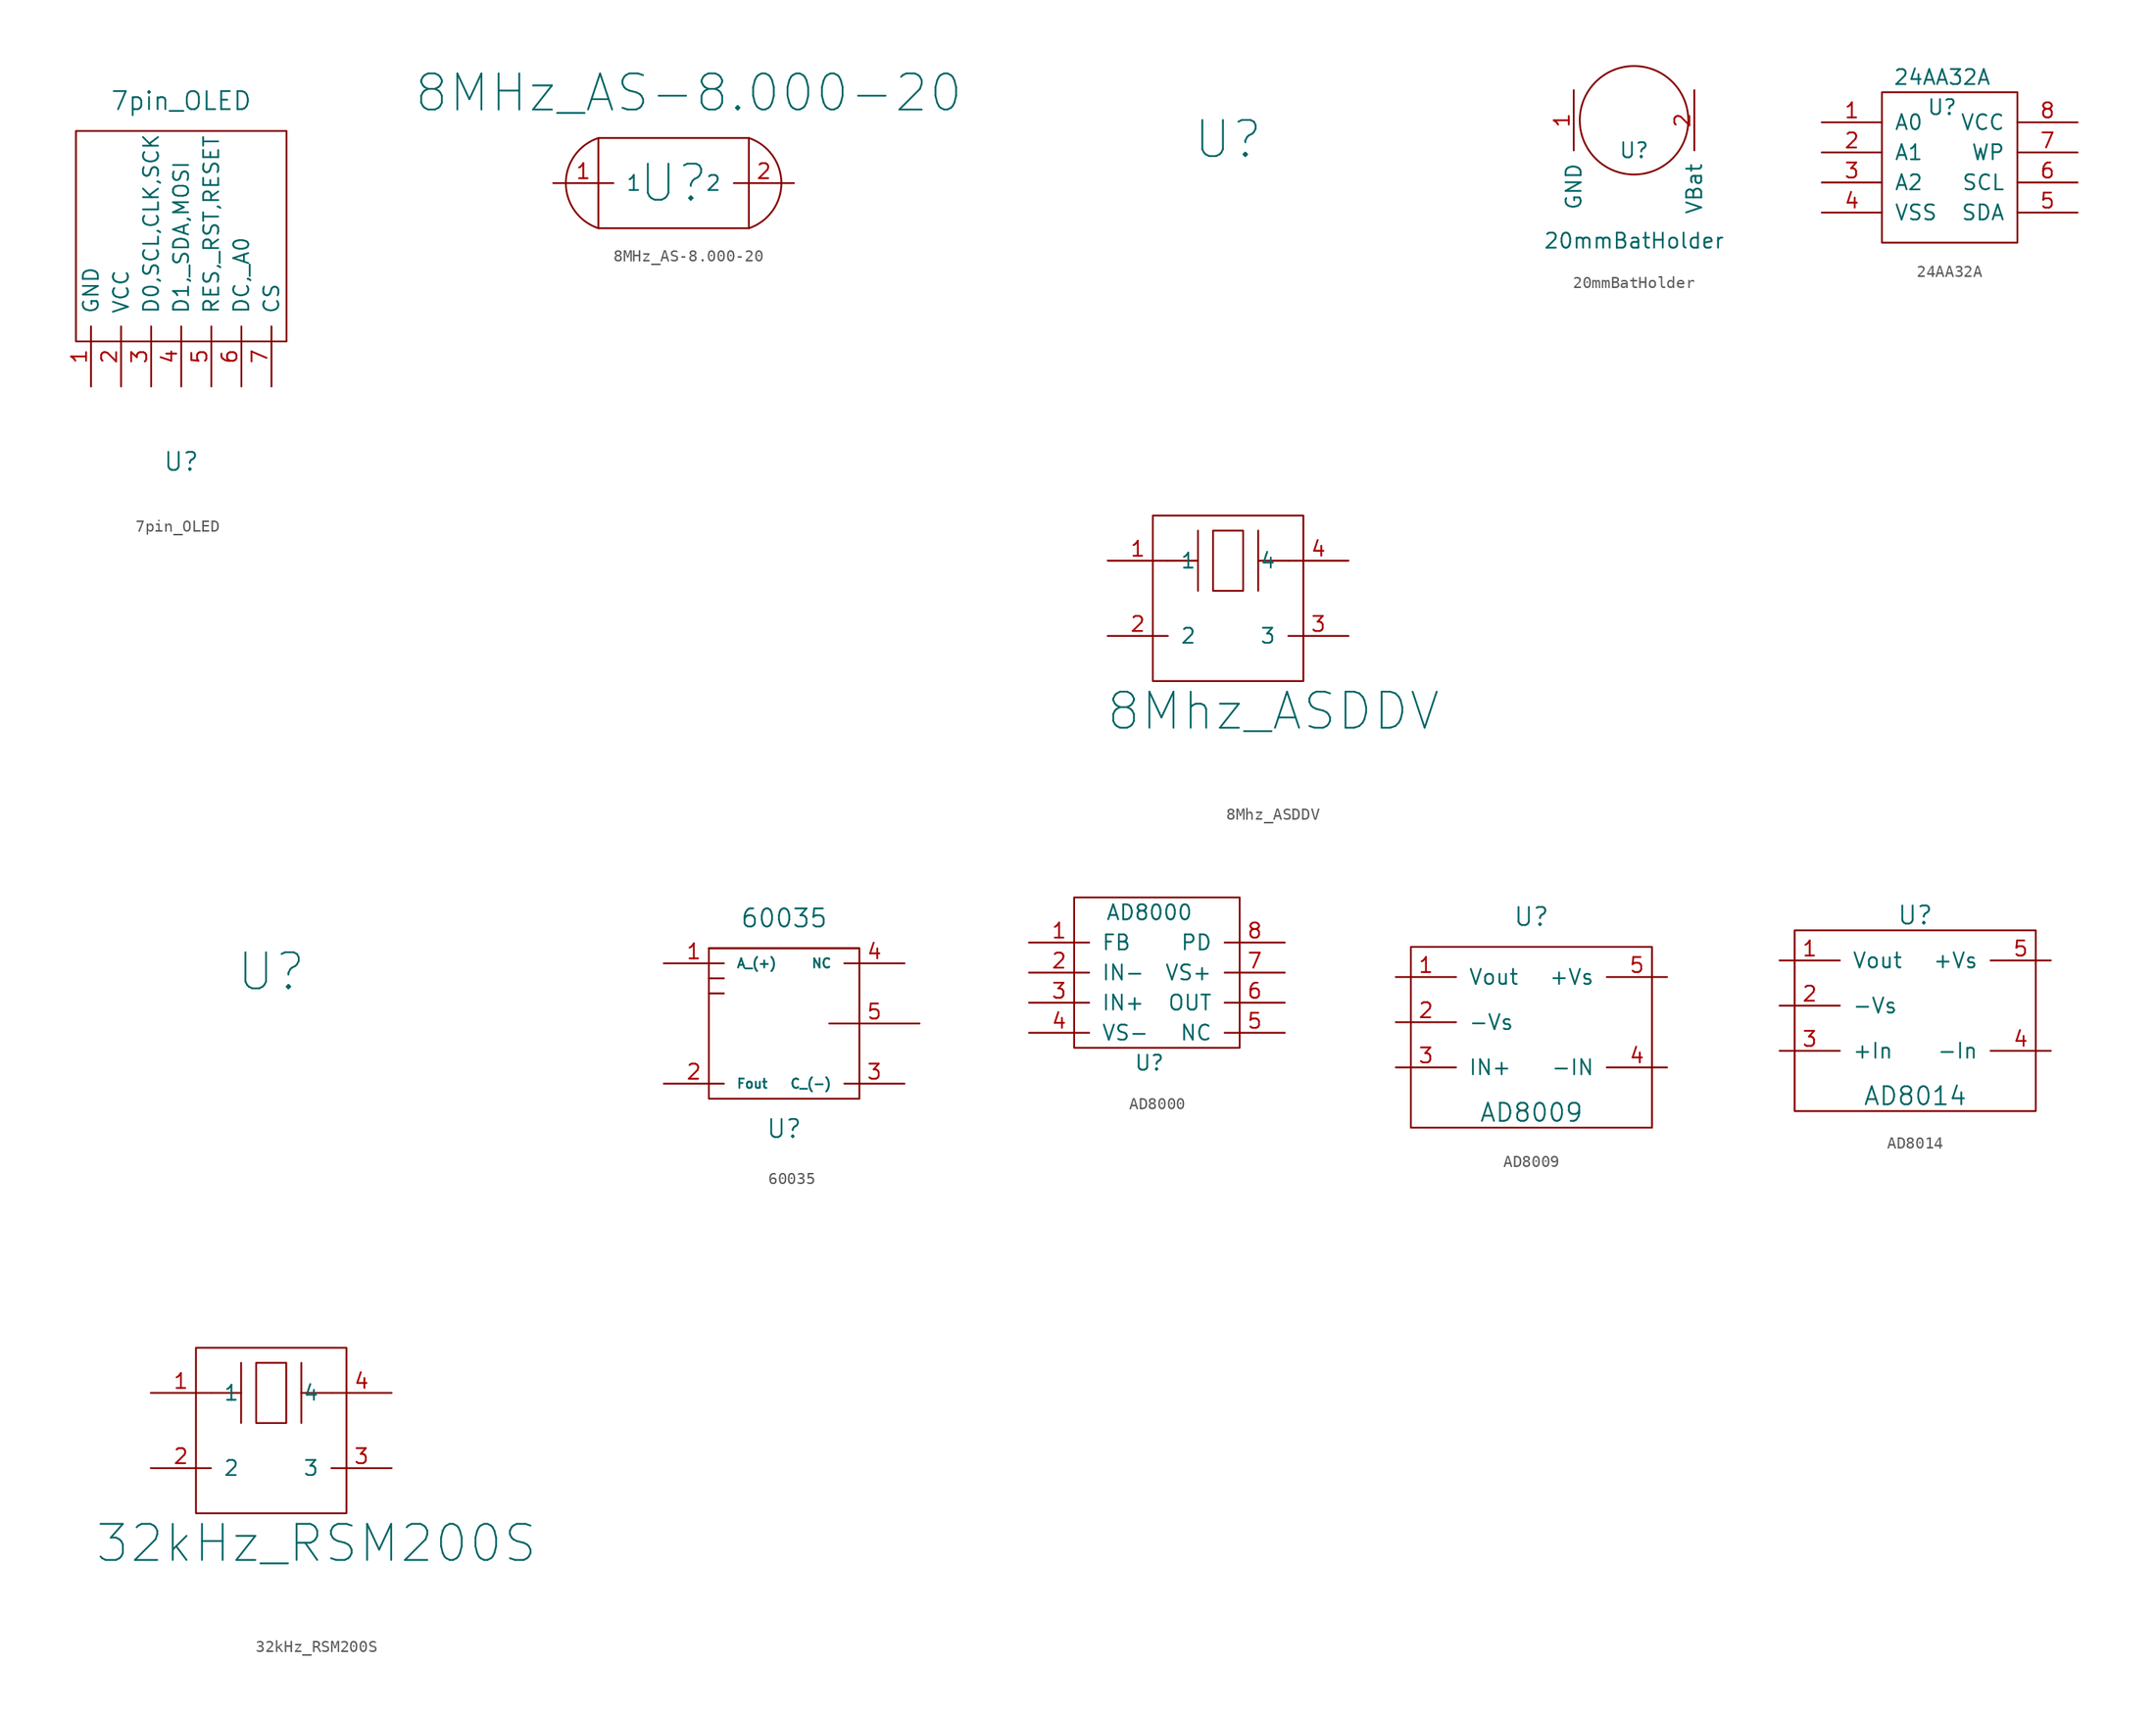
<source format=kicad_sym>
(kicad_symbol_lib
  (version 20220914)
  (generator kicad_symbol_editor)
  (symbol "7pin_OLED"
    (pin_names
      (offset 1.016))
    (property "Reference" "U"
      (at 0 -10.16 0)
      (effects (font (size 1.524 1.524))))
    (property "Value" "7pin_OLED"
      (at 0 20.32 0)
      (effects (font (size 1.524 1.524))))
    (property "Footprint" ""
      (at -1.27 0 0)
      (effects (font (size 1.524 1.524))))
    (property "Datasheet" ""
      (at -1.27 0 0)
      (effects (font (size 1.524 1.524))))
    (symbol "7pin_OLED_0_1"
      (rectangle (start -8.89 17.78) (end 8.89 0) (stroke (width 0) (type solid)) (fill (type none))))
    (symbol "7pin_OLED_1_1"
      (pin input line (at -7.62 -3.81 90) (length 5.08) (name "GND" (effects (font (size 1.27 1.27)))) (number "1" (effects (font (size 1.27 1.27)))))
      (pin input line (at -5.08 -3.81 90) (length 5.08) (name "VCC" (effects (font (size 1.27 1.27)))) (number "2" (effects (font (size 1.27 1.27)))))
      (pin input line (at -2.54 -3.81 90) (length 5.08) (name "D0,SCL,CLK,SCK" (effects (font (size 1.27 1.27)))) (number "3" (effects (font (size 1.27 1.27)))))
      (pin input line (at 0 -3.81 90) (length 5.08) (name "D1,_SDA,MOSI" (effects (font (size 1.27 1.27)))) (number "4" (effects (font (size 1.27 1.27)))))
      (pin input line (at 2.54 -3.81 90) (length 5.08) (name "RES,_RST,RESET" (effects (font (size 1.27 1.27)))) (number "5" (effects (font (size 1.27 1.27)))))
      (pin input line (at 5.08 -3.81 90) (length 5.08) (name "DC,_A0" (effects (font (size 1.27 1.27)))) (number "6" (effects (font (size 1.27 1.27)))))
      (pin input line (at 7.62 -3.81 90) (length 5.08) (name "CS" (effects (font (size 1.27 1.27)))) (number "7" (effects (font (size 1.27 1.27)))))))
  (symbol "8MHz_AS-8.000-20"
    (pin_names
      (offset 1.016))
    (property "Reference" "U"
      (at 0 0 0)
      (effects (font (size 3.048 3.048))))
    (property "Value" "8MHz_AS-8.000-20"
      (at 1.27 7.62 0)
      (effects (font (size 3.048 3.048))))
    (symbol "8MHz_AS-8.000-20_0_1"
      (arc (start -6.35 3.81) (mid -9.0961 0) (end -6.35 -3.81) (stroke (width 0) (type solid)) (fill (type none)))
      (rectangle (start -6.35 3.81) (end 6.35 -3.81) (stroke (width 0) (type solid)) (fill (type none)))
      (arc (start 6.35 -3.81) (mid 9.0961 0) (end 6.35 3.81) (stroke (width 0) (type solid)) (fill (type none))))
    (symbol "8MHz_AS-8.000-20_1_1"
      (pin input line (at -10.16 0 0) (length 5.08) (name "1" (effects (font (size 1.27 1.27)))) (number "1" (effects (font (size 1.27 1.27)))))
      (pin input line (at 10.16 0 180) (length 5.08) (name "2" (effects (font (size 1.27 1.27)))) (number "2" (effects (font (size 1.27 1.27)))))))
  (symbol "8Mhz_ASDDV"
    (pin_names
      (offset 1.016))
    (property "Reference" "U"
      (at 0 35.56 0)
      (effects (font (size 3.048 3.048))))
    (property "Value" "8Mhz_ASDDV"
      (at 3.81 -12.7 0)
      (effects (font (size 3.048 3.048))))
    (symbol "8Mhz_ASDDV_0_1"
      (rectangle (start -6.35 3.81) (end 6.35 -10.16) (stroke (width 0) (type solid)) (fill (type none)))
      (rectangle (start -1.27 2.54) (end 1.27 -2.54) (stroke (width 0) (type solid)) (fill (type none)))
      (polyline (pts (xy -5.08 0) (xy -2.54 0)) (stroke (width 0) (type solid)) (fill (type none)))
      (polyline (pts (xy -2.54 2.54) (xy -2.54 -2.54)) (stroke (width 0) (type solid)) (fill (type none)))
      (polyline (pts (xy 2.54 0) (xy 5.08 0)) (stroke (width 0) (type solid)) (fill (type none)))
      (polyline (pts (xy 2.54 2.54) (xy 2.54 -2.54)) (stroke (width 0) (type solid)) (fill (type none))))
    (symbol "8Mhz_ASDDV_1_1"
      (pin input line (at -10.16 0 0) (length 5.08) (name "1" (effects (font (size 1.27 1.27)))) (number "1" (effects (font (size 1.27 1.27)))))
      (pin input line (at -10.16 -6.35 0) (length 5.08) (name "2" (effects (font (size 1.27 1.27)))) (number "2" (effects (font (size 1.27 1.27)))))
      (pin input line (at 10.16 -6.35 180) (length 5.08) (name "3" (effects (font (size 1.27 1.27)))) (number "3" (effects (font (size 1.27 1.27)))))
      (pin input line (at 10.16 0 180) (length 5.08) (name "4" (effects (font (size 1.27 1.27)))) (number "4" (effects (font (size 1.27 1.27)))))))
  (symbol "20mmBatHolder"
    (pin_names
      (offset 1.016))
    (property "Reference" "U"
      (at 0 -2.54 0)
      (effects (font (size 1.27 1.27))))
    (property "Value" "20mmBatHolder"
      (at 0 -10.16 0)
      (effects (font (size 1.27 1.27))))
    (symbol "20mmBatHolder_0_1"
      (circle (center 0 0) (radius 4.572) (stroke (width 0) (type solid)) (fill (type none))))
    (symbol "20mmBatHolder_1_1"
      (pin input line (at -5.08 2.54 270) (length 5.08) (name "GND" (effects (font (size 1.27 1.27)))) (number "1" (effects (font (size 1.27 1.27)))))
      (pin input line (at 5.08 2.54 270) (length 5.08) (name "VBat" (effects (font (size 1.27 1.27)))) (number "2" (effects (font (size 1.27 1.27)))))))
  (symbol "24AA32A"
    (pin_names
      (offset 1.016))
    (property "Reference" "U"
      (at -1.27 3.81 0)
      (effects (font (size 1.27 1.27))))
    (property "Value" "24AA32A"
      (at -1.27 6.35 0)
      (effects (font (size 1.27 1.27))))
    (symbol "24AA32A_0_1"
      (rectangle (start -6.35 5.08) (end 5.08 -7.62) (stroke (width 0) (type solid)) (fill (type none))))
    (symbol "24AA32A_1_1"
      (pin input line (at -11.43 2.54 0) (length 5.08) (name "A0" (effects (font (size 1.27 1.27)))) (number "1" (effects (font (size 1.27 1.27)))))
      (pin input line (at -11.43 0 0) (length 5.08) (name "A1" (effects (font (size 1.27 1.27)))) (number "2" (effects (font (size 1.27 1.27)))))
      (pin input line (at -11.43 -2.54 0) (length 5.08) (name "A2" (effects (font (size 1.27 1.27)))) (number "3" (effects (font (size 1.27 1.27)))))
      (pin input line (at -11.43 -5.08 0) (length 5.08) (name "VSS" (effects (font (size 1.27 1.27)))) (number "4" (effects (font (size 1.27 1.27)))))
      (pin input line (at 10.16 -5.08 180) (length 5.08) (name "SDA" (effects (font (size 1.27 1.27)))) (number "5" (effects (font (size 1.27 1.27)))))
      (pin input line (at 10.16 -2.54 180) (length 5.08) (name "SCL" (effects (font (size 1.27 1.27)))) (number "6" (effects (font (size 1.27 1.27)))))
      (pin input line (at 10.16 0 180) (length 5.08) (name "WP" (effects (font (size 1.27 1.27)))) (number "7" (effects (font (size 1.27 1.27)))))
      (pin input line (at 10.16 2.54 180) (length 5.08) (name "VCC" (effects (font (size 1.27 1.27)))) (number "8" (effects (font (size 1.27 1.27)))))))
  (symbol "32kHz_RSM200S"
    (pin_names
      (offset 1.016))
    (property "Reference" "U"
      (at 0 35.56 0)
      (effects (font (size 3.048 3.048))))
    (property "Value" "32kHz_RSM200S"
      (at 3.81 -12.7 0)
      (effects (font (size 3.048 3.048))))
    (symbol "32kHz_RSM200S_0_1"
      (rectangle (start -6.35 3.81) (end 6.35 -10.16) (stroke (width 0) (type solid)) (fill (type none)))
      (rectangle (start -1.27 2.54) (end 1.27 -2.54) (stroke (width 0) (type solid)) (fill (type none)))
      (polyline (pts (xy -5.08 0) (xy -2.54 0)) (stroke (width 0) (type solid)) (fill (type none)))
      (polyline (pts (xy -2.54 2.54) (xy -2.54 -2.54)) (stroke (width 0) (type solid)) (fill (type none)))
      (polyline (pts (xy 2.54 0) (xy 5.08 0)) (stroke (width 0) (type solid)) (fill (type none)))
      (polyline (pts (xy 2.54 2.54) (xy 2.54 -2.54)) (stroke (width 0) (type solid)) (fill (type none))))
    (symbol "32kHz_RSM200S_1_1"
      (pin input line (at -10.16 0 0) (length 5.08) (name "1" (effects (font (size 1.27 1.27)))) (number "1" (effects (font (size 1.27 1.27)))))
      (pin input line (at -10.16 -6.35 0) (length 5.08) (name "2" (effects (font (size 1.27 1.27)))) (number "2" (effects (font (size 1.27 1.27)))))
      (pin input line (at 10.16 -6.35 180) (length 5.08) (name "3" (effects (font (size 1.27 1.27)))) (number "3" (effects (font (size 1.27 1.27)))))
      (pin input line (at 10.16 0 180) (length 5.08) (name "4" (effects (font (size 1.27 1.27)))) (number "4" (effects (font (size 1.27 1.27)))))))
  (symbol "60035"
    (pin_names
      (offset 1.016))
    (property "Reference" "U"
      (at 0 -8.89 0)
      (effects (font (size 1.524 1.524))))
    (property "Value" "60035"
      (at 0 8.89 0)
      (effects (font (size 1.524 1.524))))
    (property "Footprint" ""
      (at 0 0 0)
      (effects (font (size 1.524 1.524))))
    (property "Datasheet" ""
      (at 0 0 0)
      (effects (font (size 1.524 1.524))))
    (symbol "60035_0_1"
      (rectangle (start -6.35 2.54) (end -5.08 2.54) (stroke (width 0) (type solid)) (fill (type none)))
      (rectangle (start -6.35 3.81) (end -5.08 3.81) (stroke (width 0) (type solid)) (fill (type none)))
      (rectangle (start -6.35 6.35) (end 6.35 6.35) (stroke (width 0) (type solid)) (fill (type none)))
      (rectangle (start 6.35 6.35) (end -6.35 -6.35) (stroke (width 0) (type solid)) (fill (type none))))
    (symbol "60035_1_1"
      (pin input line (at -10.16 5.08 0) (length 5.08) (name "A_(+)" (effects (font (size 0.787 0.787)))) (number "1" (effects (font (size 1.27 1.27)))))
      (pin input line (at -10.16 -5.08 0) (length 5.08) (name "Fout" (effects (font (size 0.787 0.787)))) (number "2" (effects (font (size 1.27 1.27)))))
      (pin input line (at 10.16 -5.08 180) (length 5.08) (name "C_(-)" (effects (font (size 0.787 0.787)))) (number "3" (effects (font (size 1.27 1.27)))))
      (pin input line (at 10.16 5.08 180) (length 5.08) (name "NC" (effects (font (size 0.787 0.787)))) (number "4" (effects (font (size 1.27 1.27)))))
      (pin passive line (at 11.43 0 180) (length 7.62) (name "~" (effects (font (size 1.27 1.27)))) (number "5" (effects (font (size 1.27 1.27)))))))
  (symbol "AD8000"
    (pin_names
      (offset 1.016))
    (property "Reference" "U"
      (at 0 -6.35 0)
      (effects (font (size 1.27 1.27))))
    (property "Value" "AD8000"
      (at 0 6.35 0)
      (effects (font (size 1.27 1.27))))
    (symbol "AD8000_0_1"
      (rectangle (start -6.35 7.62) (end 7.62 -5.08) (stroke (width 0) (type solid)) (fill (type none))))
    (symbol "AD8000_1_1"
      (pin input line (at -10.16 3.81 0) (length 5.08) (name "FB" (effects (font (size 1.27 1.27)))) (number "1" (effects (font (size 1.27 1.27)))))
      (pin input line (at -10.16 1.27 0) (length 5.08) (name "IN-" (effects (font (size 1.27 1.27)))) (number "2" (effects (font (size 1.27 1.27)))))
      (pin input line (at -10.16 -1.27 0) (length 5.08) (name "IN+" (effects (font (size 1.27 1.27)))) (number "3" (effects (font (size 1.27 1.27)))))
      (pin input line (at -10.16 -3.81 0) (length 5.08) (name "VS-" (effects (font (size 1.27 1.27)))) (number "4" (effects (font (size 1.27 1.27)))))
      (pin input line (at 11.43 -3.81 180) (length 5.08) (name "NC" (effects (font (size 1.27 1.27)))) (number "5" (effects (font (size 1.27 1.27)))))
      (pin input line (at 11.43 -1.27 180) (length 5.08) (name "OUT" (effects (font (size 1.27 1.27)))) (number "6" (effects (font (size 1.27 1.27)))))
      (pin input line (at 11.43 1.27 180) (length 5.08) (name "VS+" (effects (font (size 1.27 1.27)))) (number "7" (effects (font (size 1.27 1.27)))))
      (pin input line (at 11.43 3.81 180) (length 5.08) (name "PD" (effects (font (size 1.27 1.27)))) (number "8" (effects (font (size 1.27 1.27)))))))
  (symbol "AD8009"
    (pin_names
      (offset 1.016))
    (property "Reference" "U"
      (at 0 8.89 0)
      (effects (font (size 1.524 1.524))))
    (property "Value" "AD8009"
      (at 0 -7.62 0)
      (effects (font (size 1.524 1.524))))
    (property "Footprint" ""
      (at 0 0 0)
      (effects (font (size 1.524 1.524))))
    (property "Datasheet" ""
      (at 0 0 0)
      (effects (font (size 1.524 1.524))))
    (symbol "AD8009_0_1"
      (rectangle (start 10.16 6.35) (end -10.16 -8.89) (stroke (width 0) (type solid)) (fill (type none))))
    (symbol "AD8009_1_1"
      (pin input line (at -11.43 3.81 0) (length 5.08) (name "Vout" (effects (font (size 1.27 1.27)))) (number "1" (effects (font (size 1.27 1.27)))))
      (pin input line (at -11.43 0 0) (length 5.08) (name "-Vs" (effects (font (size 1.27 1.27)))) (number "2" (effects (font (size 1.27 1.27)))))
      (pin input line (at -11.43 -3.81 0) (length 5.08) (name "IN+" (effects (font (size 1.27 1.27)))) (number "3" (effects (font (size 1.27 1.27)))))
      (pin input line (at 11.43 -3.81 180) (length 5.08) (name "-IN" (effects (font (size 1.27 1.27)))) (number "4" (effects (font (size 1.27 1.27)))))
      (pin input line (at 11.43 3.81 180) (length 5.08) (name "+Vs" (effects (font (size 1.27 1.27)))) (number "5" (effects (font (size 1.27 1.27)))))))
  (symbol "AD8014"
    (pin_names
      (offset 1.016))
    (property "Reference" "U"
      (at 0 7.62 0)
      (effects (font (size 1.524 1.524))))
    (property "Value" "AD8014"
      (at 0 -7.62 0)
      (effects (font (size 1.524 1.524))))
    (property "Footprint" ""
      (at 0 0 0)
      (effects (font (size 1.524 1.524))))
    (property "Datasheet" ""
      (at 0 0 0)
      (effects (font (size 1.524 1.524))))
    (symbol "AD8014_0_1"
      (rectangle (start -10.16 6.35) (end 10.16 -8.89) (stroke (width 0) (type solid)) (fill (type none))))
    (symbol "AD8014_1_1"
      (pin input line (at -11.43 3.81 0) (length 5.08) (name "Vout" (effects (font (size 1.27 1.27)))) (number "1" (effects (font (size 1.27 1.27)))))
      (pin input line (at -11.43 0 0) (length 5.08) (name "-Vs" (effects (font (size 1.27 1.27)))) (number "2" (effects (font (size 1.27 1.27)))))
      (pin input line (at -11.43 -3.81 0) (length 5.08) (name "+In" (effects (font (size 1.27 1.27)))) (number "3" (effects (font (size 1.27 1.27)))))
      (pin input line (at 11.43 -3.81 180) (length 5.08) (name "-In" (effects (font (size 1.27 1.27)))) (number "4" (effects (font (size 1.27 1.27)))))
      (pin input line (at 11.43 3.81 180) (length 5.08) (name "+Vs" (effects (font (size 1.27 1.27)))) (number "5" (effects (font (size 1.27 1.27))))))))
</source>
